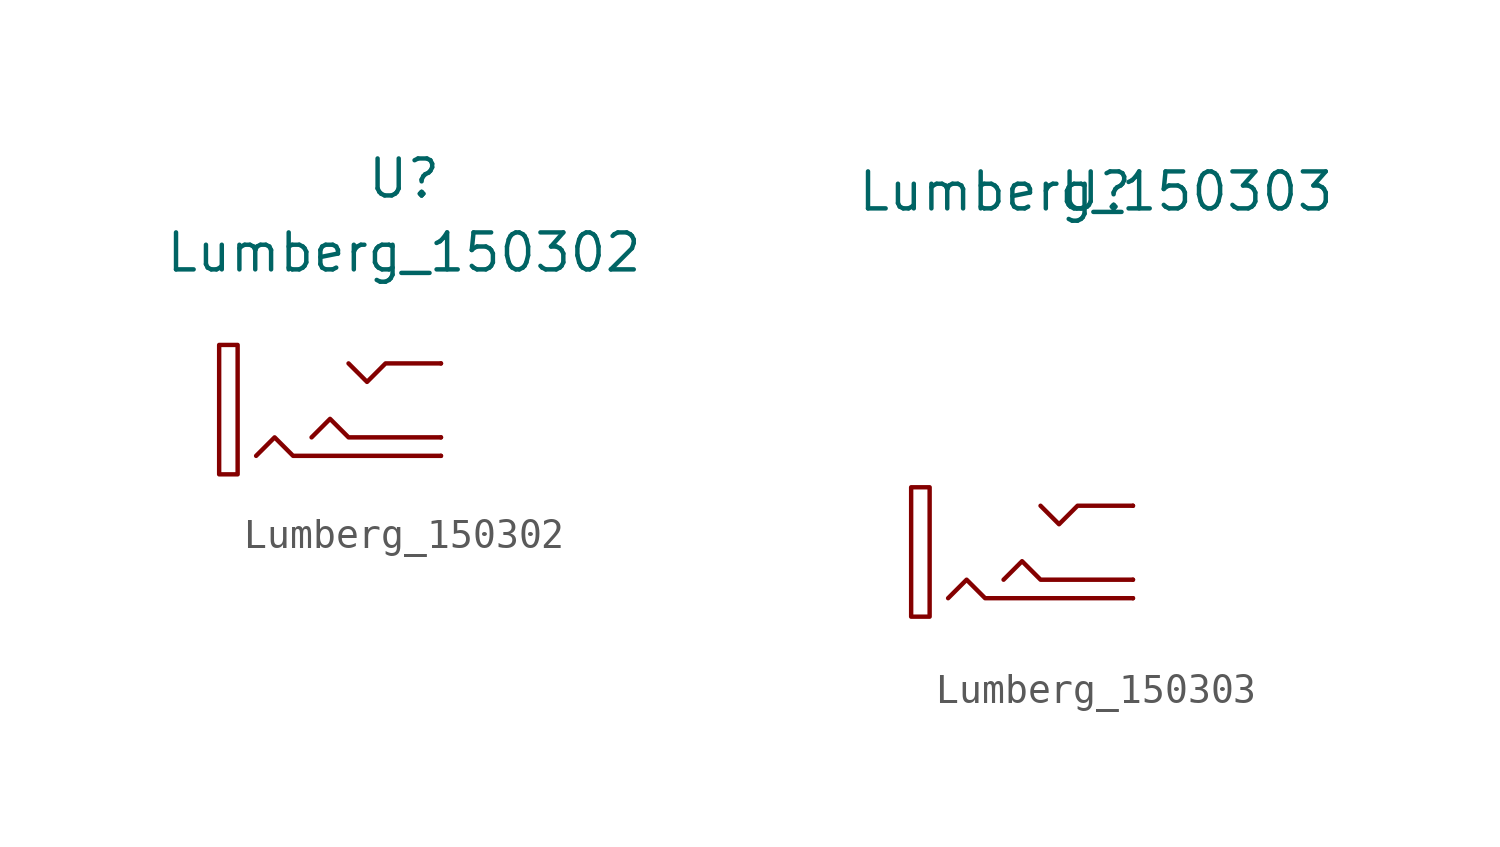
<source format=kicad_sym>
(kicad_symbol_lib
  (version 20220914)
  (generator kicad_symbol_editor)
  (symbol "Lumberg_150302"
    (pin_numbers hide)
    (pin_names hide)
    (property "Reference" "U"
      (at 0 7.62 0)
      (effects (font (size 1.27 1.27))))
    (property "Value" "Lumberg_150302"
      (at 0 5.08 0)
      (effects (font (size 1.27 1.27))))
    (symbol "Lumberg_150302_0_1"
      (rectangle (start -6.35 1.905) (end -5.715 -2.54) (stroke (width 0.152) (type default)) (fill (type none)))
      (polyline (pts (xy -5.08 -1.905) (xy -4.445 -1.27) (xy -3.81 -1.905) (xy 1.27 -1.905)) (stroke (width 0.152) (type default)) (fill (type none)))
      (polyline (pts (xy -3.175 -1.27) (xy -2.54 -0.635) (xy -1.905 -1.27) (xy 1.27 -1.27)) (stroke (width 0.152) (type default)) (fill (type none)))
      (polyline (pts (xy -1.905 1.27) (xy -1.27 0.635) (xy -0.635 1.27) (xy 1.27 1.27)) (stroke (width 0.152) (type default)) (fill (type none))))
    (symbol "Lumberg_150302_1_1"
      (pin passive line (at 1.27 -1.905 0) (length 0) (name "1" (effects (font (size 1.27 1.27)))) (number "1" (effects (font (size 1.27 1.27)))))
      (pin passive line (at 1.27 1.27 0) (length 0) (name "2" (effects (font (size 1.27 1.27)))) (number "2" (effects (font (size 1.27 1.27)))))
      (pin passive line (at 1.27 -1.27 0) (length 0) (name "3" (effects (font (size 1.27 1.27)))) (number "3" (effects (font (size 1.27 1.27)))))))
  (symbol "Lumberg_150303"
    (pin_numbers hide)
    (pin_names hide)
    (property "Reference" "U"
      (at 0 12.065 0)
      (effects (font (size 1.27 1.27))))
    (property "Value" "Lumberg_150303"
      (at 0 12.065 0)
      (effects (font (size 1.27 1.27))))
    (symbol "Lumberg_150303_0_1"
      (rectangle (start -6.35 1.905) (end -5.715 -2.54) (stroke (width 0.152) (type default)) (fill (type none)))
      (polyline (pts (xy -5.08 -1.905) (xy -4.445 -1.27) (xy -3.81 -1.905) (xy 1.27 -1.905)) (stroke (width 0.152) (type default)) (fill (type none)))
      (polyline (pts (xy -3.175 -1.27) (xy -2.54 -0.635) (xy -1.905 -1.27) (xy 1.27 -1.27)) (stroke (width 0.152) (type default)) (fill (type none)))
      (polyline (pts (xy -1.905 1.27) (xy -1.27 0.635) (xy -0.635 1.27) (xy 1.27 1.27)) (stroke (width 0.152) (type default)) (fill (type none))))
    (symbol "Lumberg_150303_1_1"
      (pin passive line (at 1.27 -1.905 0) (length 0) (name "1" (effects (font (size 1.27 1.27)))) (number "1" (effects (font (size 1.27 1.27)))))
      (pin passive line (at 1.27 1.27 0) (length 0) (name "2" (effects (font (size 1.27 1.27)))) (number "2" (effects (font (size 1.27 1.27)))))
      (pin passive line (at 1.27 -1.27 0) (length 0) (name "3" (effects (font (size 1.27 1.27)))) (number "3" (effects (font (size 1.27 1.27))))))))
</source>
